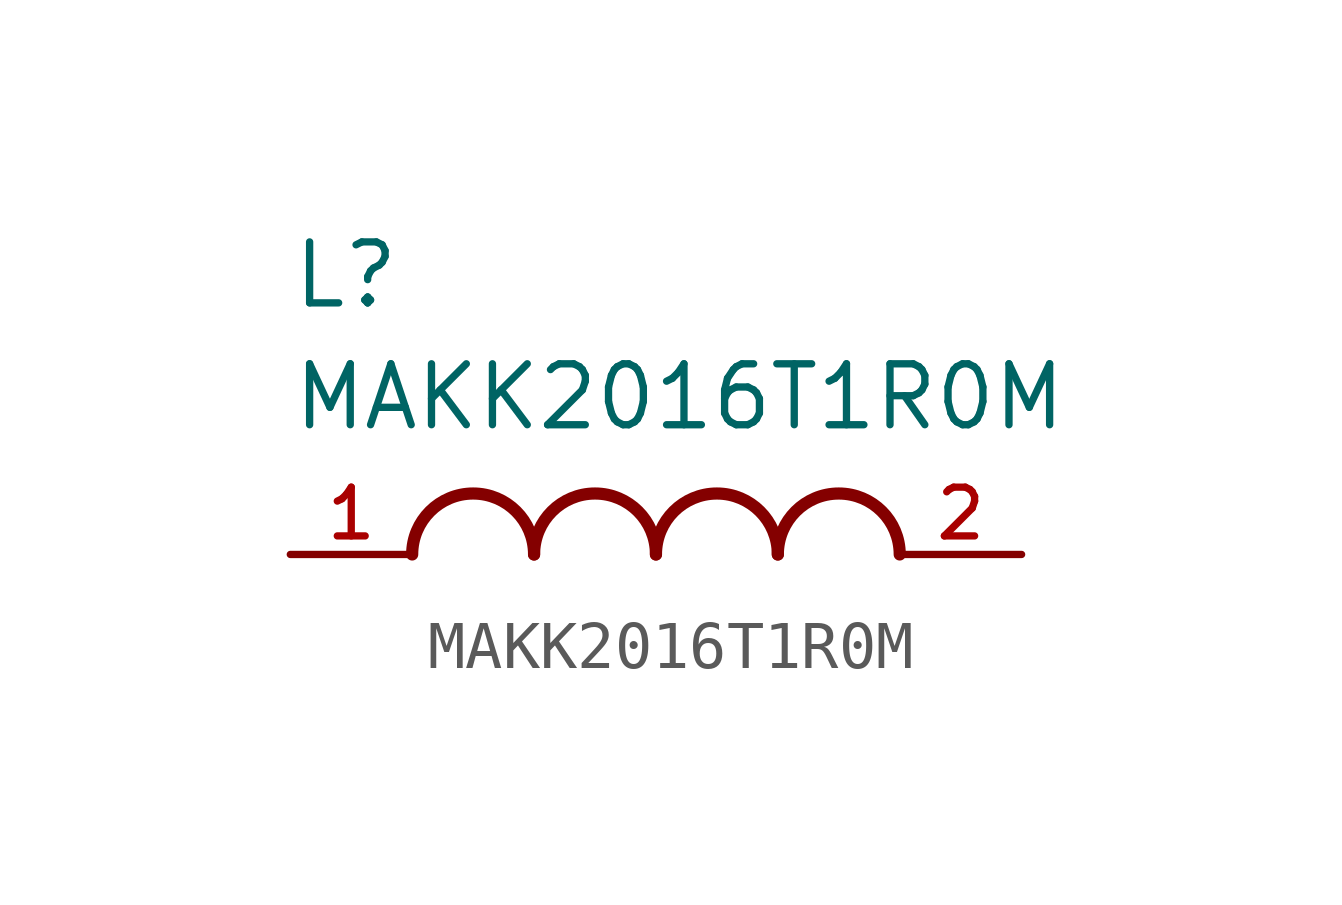
<source format=kicad_sym>
(kicad_symbol_lib
  (version 20211014)
  (generator kicad_symbol_editor)
  (symbol "MAKK2016T1R0M"
    (pin_names
      (offset 1.016))
    (property "Reference" "L"
      (at -7.62 5.08 0)
      (effects (font (size 1.27 1.27)) (justify bottom left)))
    (property "Value" "MAKK2016T1R0M"
      (at -7.62 2.54 0)
      (effects (font (size 1.27 1.27)) (justify bottom left)))
    (symbol "MAKK2016T1R0M_0_0"
      (arc (start -2.54 0.0) (mid -3.81 1.27) (end -5.08 0.0) (stroke (width 0.254) (type default) (color 0 0 0 0)) (fill (type none)))
      (arc (start 0.0 0.0) (mid -1.27 1.27) (end -2.54 0.0) (stroke (width 0.254) (type default) (color 0 0 0 0)) (fill (type none)))
      (arc (start 2.54 0.0) (mid 1.27 1.27) (end 0.0 0.0) (stroke (width 0.254) (type default) (color 0 0 0 0)) (fill (type none)))
      (arc (start 5.08 0.0) (mid 3.81 1.27) (end 2.54 0.0) (stroke (width 0.254) (type default) (color 0 0 0 0)) (fill (type none)))
      (pin passive line (at -7.62 0.0 0) (length 2.54) (name "~" (effects (font (size 1.016 1.016)))) (number "1" (effects (font (size 1.016 1.016)))))
      (pin passive line (at 7.62 0.0 180.0) (length 2.54) (name "~" (effects (font (size 1.016 1.016)))) (number "2" (effects (font (size 1.016 1.016))))))))
</source>
